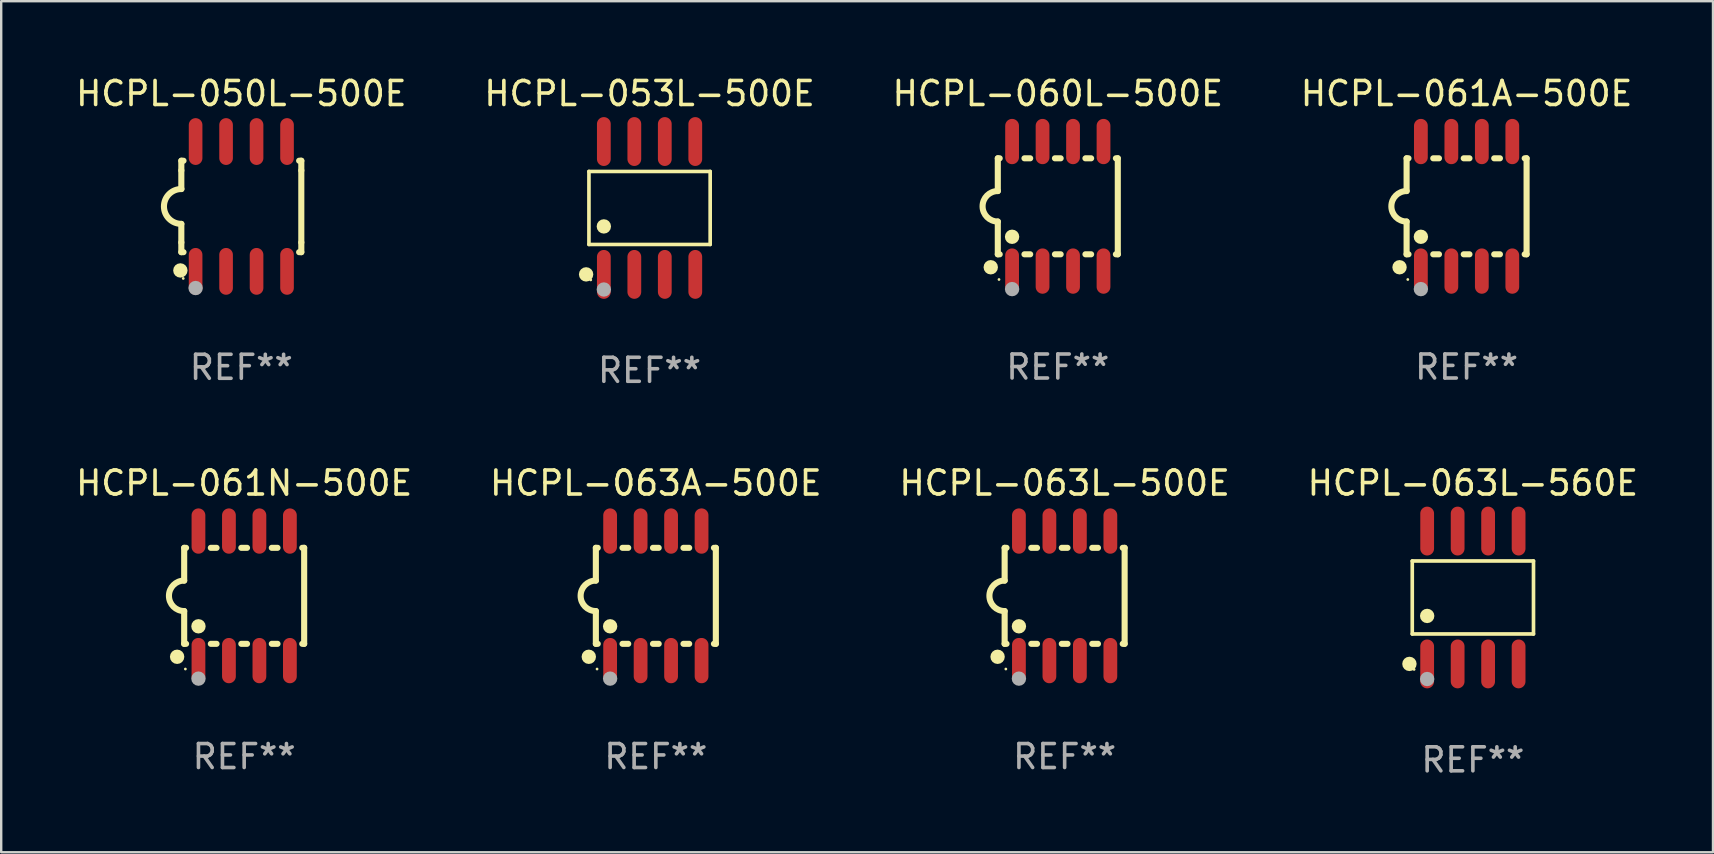
<source format=kicad_pcb>
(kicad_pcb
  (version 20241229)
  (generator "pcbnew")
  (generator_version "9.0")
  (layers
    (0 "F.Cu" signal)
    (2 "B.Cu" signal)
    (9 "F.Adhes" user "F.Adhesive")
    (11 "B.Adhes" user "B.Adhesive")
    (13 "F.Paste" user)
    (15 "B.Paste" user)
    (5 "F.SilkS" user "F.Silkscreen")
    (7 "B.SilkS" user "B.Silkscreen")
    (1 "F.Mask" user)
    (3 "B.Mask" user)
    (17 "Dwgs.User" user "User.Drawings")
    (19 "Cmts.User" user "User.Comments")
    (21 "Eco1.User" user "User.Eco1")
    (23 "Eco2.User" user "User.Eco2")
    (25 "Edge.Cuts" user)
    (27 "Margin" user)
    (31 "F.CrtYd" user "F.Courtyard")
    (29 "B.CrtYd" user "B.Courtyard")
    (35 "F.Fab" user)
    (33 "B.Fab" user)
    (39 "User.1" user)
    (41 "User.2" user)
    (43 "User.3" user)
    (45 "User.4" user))
  (footprint "HCPL-063L-500E"
    (layer "F.Cu")
    (at 41.315 21.779)
    (property "Reference" "HCPL-063L-500E" (at 0 -4.699 0) (layer "F.SilkS") (effects (font (size 1 1) (thickness 0.15))))
    (attr through_hole)
    (fp_line (start -2.5 -2) (end -2.5 -0.635) (stroke (width 0.254) (type solid)) (layer "F.SilkS"))
    (fp_line (start -2.5 -2) (end -2.421 -2) (stroke (width 0.254) (type solid)) (layer "F.SilkS"))
    (fp_line (start -2.5 2) (end -2.5 0.635) (stroke (width 0.254) (type solid)) (layer "F.SilkS"))
    (fp_line (start -2.5 2) (end -2.421 2) (stroke (width 0.254) (type solid)) (layer "F.SilkS"))
    (fp_line (start -1.389 -2) (end -1.151 -2) (stroke (width 0.254) (type solid)) (layer "F.SilkS"))
    (fp_line (start -1.389 2) (end -1.151 2) (stroke (width 0.254) (type solid)) (layer "F.SilkS"))
    (fp_line (start -0.119 -2) (end 0.119 -2) (stroke (width 0.254) (type solid)) (layer "F.SilkS"))
    (fp_line (start -0.119 2) (end 0.119 2) (stroke (width 0.254) (type solid)) (layer "F.SilkS"))
    (fp_line (start 1.151 -2) (end 1.389 -2) (stroke (width 0.254) (type solid)) (layer "F.SilkS"))
    (fp_line (start 1.151 2) (end 1.389 2) (stroke (width 0.254) (type solid)) (layer "F.SilkS"))
    (fp_line (start 2.421 -2) (end 2.5 -2) (stroke (width 0.254) (type solid)) (layer "F.SilkS"))
    (fp_line (start 2.421 2) (end 2.5 2) (stroke (width 0.254) (type solid)) (layer "F.SilkS"))
    (fp_line (start 2.5 -2) (end 2.5 2) (stroke (width 0.254) (type solid)) (layer "F.SilkS"))
    (fp_arc (start -2.5 0.635001) (mid -3.134366 -0.000318) (end -2.499365 -0.635001) (stroke (width 0.254001) (type solid)) (layer "F.SilkS"))
    (fp_circle (center -2.794 2.54) (end -2.644 2.54) (stroke (width 0.3) (type solid)) (fill no) (layer "F.SilkS"))
    (fp_circle (center -2.45 3.05) (end -2.42 3.05) (stroke (width 0.06) (type solid)) (fill no) (layer "F.SilkS"))
    (fp_circle (center -1.905 1.27) (end -1.755 1.27) (stroke (width 0.3) (type solid)) (fill no) (layer "F.SilkS"))
    (fp_circle (center -1.905 3.45) (end -1.755 3.45) (stroke (width 0.3) (type solid)) (fill no) (layer "F.Fab"))
    (fp_text user "REF**" (at 0 6.699 0) (layer "F.Fab") (effects (font (size 1 1) (thickness 0.15))))
    (pad "1" smd oval (at -1.905 2.699) (size 0.574 1.888) (layers "F.Cu" "F.Mask" "F.Paste"))
    (pad "2" smd oval (at -0.635 2.699) (size 0.574 1.888) (layers "F.Cu" "F.Mask" "F.Paste"))
    (pad "3" smd oval (at 0.635 2.699) (size 0.574 1.888) (layers "F.Cu" "F.Mask" "F.Paste"))
    (pad "4" smd oval (at 1.905 2.699) (size 0.574 1.888) (layers "F.Cu" "F.Mask" "F.Paste"))
    (pad "5" smd oval (at 1.905 -2.699) (size 0.574 1.888) (layers "F.Cu" "F.Mask" "F.Paste"))
    (pad "6" smd oval (at 0.635 -2.699) (size 0.574 1.888) (layers "F.Cu" "F.Mask" "F.Paste"))
    (pad "7" smd oval (at -0.635 -2.699) (size 0.574 1.888) (layers "F.Cu" "F.Mask" "F.Paste"))
    (pad "8" smd oval (at -1.905 -2.699) (size 0.574 1.888) (layers "F.Cu" "F.Mask" "F.Paste")))
  (footprint "HCPL-050L-500E"
    (layer "F.Cu")
    (at 7.006 5.553)
    (property "Reference" "HCPL-050L-500E" (at 0 -4.705 0) (layer "F.SilkS") (effects (font (size 1 1) (thickness 0.15))))
    (attr through_hole)
    (fp_line (start -2.5 -1.905) (end -2.409 -1.905) (stroke (width 0.254) (type solid)) (layer "F.SilkS"))
    (fp_line (start -2.5 -1.5) (end -2.5 -1.905) (stroke (width 0.254) (type solid)) (layer "F.SilkS"))
    (fp_line (start -2.5 -1.5) (end -2.5 -0.726) (stroke (width 0.254) (type solid)) (layer "F.SilkS"))
    (fp_line (start -2.5 1.5) (end -2.5 0.727) (stroke (width 0.254) (type solid)) (layer "F.SilkS"))
    (fp_line (start -2.5 1.5) (end -2.5 1.905) (stroke (width 0.254) (type solid)) (layer "F.SilkS"))
    (fp_line (start -2.5 1.905) (end -2.409 1.905) (stroke (width 0.254) (type solid)) (layer "F.SilkS"))
    (fp_line (start 2.5 -1.905) (end 2.409 -1.905) (stroke (width 0.254) (type solid)) (layer "F.SilkS"))
    (fp_line (start 2.5 -1.5) (end 2.5 -1.905) (stroke (width 0.254) (type solid)) (layer "F.SilkS"))
    (fp_line (start 2.5 -1.5) (end 2.5 1.5) (stroke (width 0.254) (type solid)) (layer "F.SilkS"))
    (fp_line (start 2.5 1.5) (end 2.5 1.905) (stroke (width 0.254) (type solid)) (layer "F.SilkS"))
    (fp_line (start 2.5 1.905) (end 2.409 1.905) (stroke (width 0.254) (type solid)) (layer "F.SilkS"))
    (fp_arc (start -2.5 0.726568) (mid -3.220316 -0.0023) (end -2.495097 -0.726289) (stroke (width 0.254001) (type solid)) (layer "F.SilkS"))
    (fp_circle (center -2.54 2.667) (end -2.39 2.667) (stroke (width 0.3) (type solid)) (fill no) (layer "F.SilkS"))
    (fp_circle (center -2.42 3) (end -2.39 3) (stroke (width 0.06) (type solid)) (fill no) (layer "F.SilkS"))
    (fp_circle (center -1.905 3.4) (end -1.755 3.4) (stroke (width 0.3) (type solid)) (fill no) (layer "F.Fab"))
    (fp_text user "REF**" (at 0 6.705 0) (layer "F.Fab") (effects (font (size 1 1) (thickness 0.15))))
    (pad "1" smd oval (at -1.905 2.705) (size 0.568 1.95) (layers "F.Cu" "F.Mask" "F.Paste"))
    (pad "2" smd oval (at -0.635 2.705) (size 0.568 1.95) (layers "F.Cu" "F.Mask" "F.Paste"))
    (pad "3" smd oval (at 0.635 2.705) (size 0.568 1.95) (layers "F.Cu" "F.Mask" "F.Paste"))
    (pad "4" smd oval (at 1.905 2.705) (size 0.568 1.95) (layers "F.Cu" "F.Mask" "F.Paste"))
    (pad "5" smd oval (at 1.905 -2.705) (size 0.568 1.95) (layers "F.Cu" "F.Mask" "F.Paste"))
    (pad "6" smd oval (at 0.635 -2.705) (size 0.568 1.95) (layers "F.Cu" "F.Mask" "F.Paste"))
    (pad "7" smd oval (at -0.635 -2.705) (size 0.568 1.95) (layers "F.Cu" "F.Mask" "F.Paste"))
    (pad "8" smd oval (at -1.905 -2.705) (size 0.568 1.95) (layers "F.Cu" "F.Mask" "F.Paste")))
  (footprint "HCPL-063L-560E"
    (layer "F.Cu")
    (at 58.327 21.848)
    (property "Reference" "HCPL-063L-560E" (at 0 -4.768 0) (layer "F.SilkS") (effects (font (size 1 1) (thickness 0.15))))
    (attr through_hole)
    (fp_line (start -2.526 -1.521) (end 2.526 -1.521) (stroke (width 0.152) (type solid)) (layer "F.SilkS"))
    (fp_line (start -2.526 1.521) (end -2.526 -1.521) (stroke (width 0.152) (type solid)) (layer "F.SilkS"))
    (fp_line (start 2.526 -1.521) (end 2.526 1.521) (stroke (width 0.152) (type solid)) (layer "F.SilkS"))
    (fp_line (start 2.526 1.521) (end -2.526 1.521) (stroke (width 0.152) (type solid)) (layer "F.SilkS"))
    (fp_circle (center -2.644 2.768) (end -2.494 2.768) (stroke (width 0.3) (type solid)) (fill no) (layer "F.SilkS"))
    (fp_circle (center -2.45 2.998) (end -2.42 2.998) (stroke (width 0.06) (type solid)) (fill no) (layer "F.SilkS"))
    (fp_circle (center -1.905 0.769) (end -1.755 0.769) (stroke (width 0.3) (type solid)) (fill no) (layer "F.SilkS"))
    (fp_circle (center -1.905 3.398) (end -1.755 3.398) (stroke (width 0.3) (type solid)) (fill no) (layer "F.Fab"))
    (fp_text user "REF**" (at 0 6.768 0) (layer "F.Fab") (effects (font (size 1 1) (thickness 0.15))))
    (pad "1" smd oval (at -1.905 2.768) (size 0.574 2.036) (layers "F.Cu" "F.Mask" "F.Paste"))
    (pad "2" smd oval (at -0.635 2.768) (size 0.574 2.036) (layers "F.Cu" "F.Mask" "F.Paste"))
    (pad "3" smd oval (at 0.635 2.768) (size 0.574 2.036) (layers "F.Cu" "F.Mask" "F.Paste"))
    (pad "4" smd oval (at 1.905 2.768) (size 0.574 2.036) (layers "F.Cu" "F.Mask" "F.Paste"))
    (pad "5" smd oval (at 1.905 -2.768) (size 0.574 2.036) (layers "F.Cu" "F.Mask" "F.Paste"))
    (pad "6" smd oval (at 0.635 -2.768) (size 0.574 2.036) (layers "F.Cu" "F.Mask" "F.Paste"))
    (pad "7" smd oval (at -0.635 -2.768) (size 0.574 2.036) (layers "F.Cu" "F.Mask" "F.Paste"))
    (pad "8" smd oval (at -1.905 -2.768) (size 0.574 2.036) (layers "F.Cu" "F.Mask" "F.Paste")))
  (footprint "HCPL-063A-500E"
    (layer "F.Cu")
    (at 24.28 21.779)
    (property "Reference" "HCPL-063A-500E" (at 0 -4.699 0) (layer "F.SilkS") (effects (font (size 1 1) (thickness 0.15))))
    (attr through_hole)
    (fp_line (start -2.5 -2) (end -2.5 -0.635) (stroke (width 0.254) (type solid)) (layer "F.SilkS"))
    (fp_line (start -2.5 -2) (end -2.421 -2) (stroke (width 0.254) (type solid)) (layer "F.SilkS"))
    (fp_line (start -2.5 2) (end -2.5 0.635) (stroke (width 0.254) (type solid)) (layer "F.SilkS"))
    (fp_line (start -2.5 2) (end -2.421 2) (stroke (width 0.254) (type solid)) (layer "F.SilkS"))
    (fp_line (start -1.389 -2) (end -1.151 -2) (stroke (width 0.254) (type solid)) (layer "F.SilkS"))
    (fp_line (start -1.389 2) (end -1.151 2) (stroke (width 0.254) (type solid)) (layer "F.SilkS"))
    (fp_line (start -0.119 -2) (end 0.119 -2) (stroke (width 0.254) (type solid)) (layer "F.SilkS"))
    (fp_line (start -0.119 2) (end 0.119 2) (stroke (width 0.254) (type solid)) (layer "F.SilkS"))
    (fp_line (start 1.151 -2) (end 1.389 -2) (stroke (width 0.254) (type solid)) (layer "F.SilkS"))
    (fp_line (start 1.151 2) (end 1.389 2) (stroke (width 0.254) (type solid)) (layer "F.SilkS"))
    (fp_line (start 2.421 -2) (end 2.5 -2) (stroke (width 0.254) (type solid)) (layer "F.SilkS"))
    (fp_line (start 2.421 2) (end 2.5 2) (stroke (width 0.254) (type solid)) (layer "F.SilkS"))
    (fp_line (start 2.5 -2) (end 2.5 2) (stroke (width 0.254) (type solid)) (layer "F.SilkS"))
    (fp_arc (start -2.5 0.635001) (mid -3.134366 -0.000318) (end -2.499365 -0.635001) (stroke (width 0.254001) (type solid)) (layer "F.SilkS"))
    (fp_circle (center -2.794 2.54) (end -2.644 2.54) (stroke (width 0.3) (type solid)) (fill no) (layer "F.SilkS"))
    (fp_circle (center -2.45 3.05) (end -2.42 3.05) (stroke (width 0.06) (type solid)) (fill no) (layer "F.SilkS"))
    (fp_circle (center -1.905 1.27) (end -1.755 1.27) (stroke (width 0.3) (type solid)) (fill no) (layer "F.SilkS"))
    (fp_circle (center -1.905 3.45) (end -1.755 3.45) (stroke (width 0.3) (type solid)) (fill no) (layer "F.Fab"))
    (fp_text user "REF**" (at 0 6.699 0) (layer "F.Fab") (effects (font (size 1 1) (thickness 0.15))))
    (pad "1" smd oval (at -1.905 2.699) (size 0.574 1.888) (layers "F.Cu" "F.Mask" "F.Paste"))
    (pad "2" smd oval (at -0.635 2.699) (size 0.574 1.888) (layers "F.Cu" "F.Mask" "F.Paste"))
    (pad "3" smd oval (at 0.635 2.699) (size 0.574 1.888) (layers "F.Cu" "F.Mask" "F.Paste"))
    (pad "4" smd oval (at 1.905 2.699) (size 0.574 1.888) (layers "F.Cu" "F.Mask" "F.Paste"))
    (pad "5" smd oval (at 1.905 -2.699) (size 0.574 1.888) (layers "F.Cu" "F.Mask" "F.Paste"))
    (pad "6" smd oval (at 0.635 -2.699) (size 0.574 1.888) (layers "F.Cu" "F.Mask" "F.Paste"))
    (pad "7" smd oval (at -0.635 -2.699) (size 0.574 1.888) (layers "F.Cu" "F.Mask" "F.Paste"))
    (pad "8" smd oval (at -1.905 -2.699) (size 0.574 1.888) (layers "F.Cu" "F.Mask" "F.Paste")))
  (footprint "HCPL-060L-500E"
    (layer "F.Cu")
    (at 41.03 5.547)
    (property "Reference" "HCPL-060L-500E" (at 0 -4.699 0) (layer "F.SilkS") (effects (font (size 1 1) (thickness 0.15))))
    (attr through_hole)
    (fp_line (start -2.5 -2) (end -2.5 -0.635) (stroke (width 0.254) (type solid)) (layer "F.SilkS"))
    (fp_line (start -2.5 -2) (end -2.421 -2) (stroke (width 0.254) (type solid)) (layer "F.SilkS"))
    (fp_line (start -2.5 2) (end -2.5 0.635) (stroke (width 0.254) (type solid)) (layer "F.SilkS"))
    (fp_line (start -2.5 2) (end -2.421 2) (stroke (width 0.254) (type solid)) (layer "F.SilkS"))
    (fp_line (start -1.389 -2) (end -1.151 -2) (stroke (width 0.254) (type solid)) (layer "F.SilkS"))
    (fp_line (start -1.389 2) (end -1.151 2) (stroke (width 0.254) (type solid)) (layer "F.SilkS"))
    (fp_line (start -0.119 -2) (end 0.119 -2) (stroke (width 0.254) (type solid)) (layer "F.SilkS"))
    (fp_line (start -0.119 2) (end 0.119 2) (stroke (width 0.254) (type solid)) (layer "F.SilkS"))
    (fp_line (start 1.151 -2) (end 1.389 -2) (stroke (width 0.254) (type solid)) (layer "F.SilkS"))
    (fp_line (start 1.151 2) (end 1.389 2) (stroke (width 0.254) (type solid)) (layer "F.SilkS"))
    (fp_line (start 2.421 -2) (end 2.5 -2) (stroke (width 0.254) (type solid)) (layer "F.SilkS"))
    (fp_line (start 2.421 2) (end 2.5 2) (stroke (width 0.254) (type solid)) (layer "F.SilkS"))
    (fp_line (start 2.5 -2) (end 2.5 2) (stroke (width 0.254) (type solid)) (layer "F.SilkS"))
    (fp_arc (start -2.5 0.635001) (mid -3.134366 -0.000318) (end -2.499365 -0.635001) (stroke (width 0.254001) (type solid)) (layer "F.SilkS"))
    (fp_circle (center -2.794 2.54) (end -2.644 2.54) (stroke (width 0.3) (type solid)) (fill no) (layer "F.SilkS"))
    (fp_circle (center -2.45 3.05) (end -2.42 3.05) (stroke (width 0.06) (type solid)) (fill no) (layer "F.SilkS"))
    (fp_circle (center -1.905 1.27) (end -1.755 1.27) (stroke (width 0.3) (type solid)) (fill no) (layer "F.SilkS"))
    (fp_circle (center -1.905 3.45) (end -1.755 3.45) (stroke (width 0.3) (type solid)) (fill no) (layer "F.Fab"))
    (fp_text user "REF**" (at 0 6.699 0) (layer "F.Fab") (effects (font (size 1 1) (thickness 0.15))))
    (pad "1" smd oval (at -1.905 2.699) (size 0.574 1.888) (layers "F.Cu" "F.Mask" "F.Paste"))
    (pad "2" smd oval (at -0.635 2.699) (size 0.574 1.888) (layers "F.Cu" "F.Mask" "F.Paste"))
    (pad "3" smd oval (at 0.635 2.699) (size 0.574 1.888) (layers "F.Cu" "F.Mask" "F.Paste"))
    (pad "4" smd oval (at 1.905 2.699) (size 0.574 1.888) (layers "F.Cu" "F.Mask" "F.Paste"))
    (pad "5" smd oval (at 1.905 -2.699) (size 0.574 1.888) (layers "F.Cu" "F.Mask" "F.Paste"))
    (pad "6" smd oval (at 0.635 -2.699) (size 0.574 1.888) (layers "F.Cu" "F.Mask" "F.Paste"))
    (pad "7" smd oval (at -0.635 -2.699) (size 0.574 1.888) (layers "F.Cu" "F.Mask" "F.Paste"))
    (pad "8" smd oval (at -1.905 -2.699) (size 0.574 1.888) (layers "F.Cu" "F.Mask" "F.Paste")))
  (footprint "HCPL-061A-500E"
    (layer "F.Cu")
    (at 58.065 5.547)
    (property "Reference" "HCPL-061A-500E" (at 0 -4.699 0) (layer "F.SilkS") (effects (font (size 1 1) (thickness 0.15))))
    (attr through_hole)
    (fp_line (start -2.5 -2) (end -2.5 -0.635) (stroke (width 0.254) (type solid)) (layer "F.SilkS"))
    (fp_line (start -2.5 -2) (end -2.421 -2) (stroke (width 0.254) (type solid)) (layer "F.SilkS"))
    (fp_line (start -2.5 2) (end -2.5 0.635) (stroke (width 0.254) (type solid)) (layer "F.SilkS"))
    (fp_line (start -2.5 2) (end -2.421 2) (stroke (width 0.254) (type solid)) (layer "F.SilkS"))
    (fp_line (start -1.389 -2) (end -1.151 -2) (stroke (width 0.254) (type solid)) (layer "F.SilkS"))
    (fp_line (start -1.389 2) (end -1.151 2) (stroke (width 0.254) (type solid)) (layer "F.SilkS"))
    (fp_line (start -0.119 -2) (end 0.119 -2) (stroke (width 0.254) (type solid)) (layer "F.SilkS"))
    (fp_line (start -0.119 2) (end 0.119 2) (stroke (width 0.254) (type solid)) (layer "F.SilkS"))
    (fp_line (start 1.151 -2) (end 1.389 -2) (stroke (width 0.254) (type solid)) (layer "F.SilkS"))
    (fp_line (start 1.151 2) (end 1.389 2) (stroke (width 0.254) (type solid)) (layer "F.SilkS"))
    (fp_line (start 2.421 -2) (end 2.5 -2) (stroke (width 0.254) (type solid)) (layer "F.SilkS"))
    (fp_line (start 2.421 2) (end 2.5 2) (stroke (width 0.254) (type solid)) (layer "F.SilkS"))
    (fp_line (start 2.5 -2) (end 2.5 2) (stroke (width 0.254) (type solid)) (layer "F.SilkS"))
    (fp_arc (start -2.5 0.635001) (mid -3.134366 -0.000318) (end -2.499365 -0.635001) (stroke (width 0.254001) (type solid)) (layer "F.SilkS"))
    (fp_circle (center -2.794 2.54) (end -2.644 2.54) (stroke (width 0.3) (type solid)) (fill no) (layer "F.SilkS"))
    (fp_circle (center -2.45 3.05) (end -2.42 3.05) (stroke (width 0.06) (type solid)) (fill no) (layer "F.SilkS"))
    (fp_circle (center -1.905 1.27) (end -1.755 1.27) (stroke (width 0.3) (type solid)) (fill no) (layer "F.SilkS"))
    (fp_circle (center -1.905 3.45) (end -1.755 3.45) (stroke (width 0.3) (type solid)) (fill no) (layer "F.Fab"))
    (fp_text user "REF**" (at 0 6.699 0) (layer "F.Fab") (effects (font (size 1 1) (thickness 0.15))))
    (pad "1" smd oval (at -1.905 2.699) (size 0.574 1.888) (layers "F.Cu" "F.Mask" "F.Paste"))
    (pad "2" smd oval (at -0.635 2.699) (size 0.574 1.888) (layers "F.Cu" "F.Mask" "F.Paste"))
    (pad "3" smd oval (at 0.635 2.699) (size 0.574 1.888) (layers "F.Cu" "F.Mask" "F.Paste"))
    (pad "4" smd oval (at 1.905 2.699) (size 0.574 1.888) (layers "F.Cu" "F.Mask" "F.Paste"))
    (pad "5" smd oval (at 1.905 -2.699) (size 0.574 1.888) (layers "F.Cu" "F.Mask" "F.Paste"))
    (pad "6" smd oval (at 0.635 -2.699) (size 0.574 1.888) (layers "F.Cu" "F.Mask" "F.Paste"))
    (pad "7" smd oval (at -0.635 -2.699) (size 0.574 1.888) (layers "F.Cu" "F.Mask" "F.Paste"))
    (pad "8" smd oval (at -1.905 -2.699) (size 0.574 1.888) (layers "F.Cu" "F.Mask" "F.Paste")))
  (footprint "HCPL-061N-500E"
    (layer "F.Cu")
    (at 7.125 21.779)
    (property "Reference" "HCPL-061N-500E" (at 0 -4.699 0) (layer "F.SilkS") (effects (font (size 1 1) (thickness 0.15))))
    (attr through_hole)
    (fp_line (start -2.5 -2) (end -2.5 -0.635) (stroke (width 0.254) (type solid)) (layer "F.SilkS"))
    (fp_line (start -2.5 -2) (end -2.421 -2) (stroke (width 0.254) (type solid)) (layer "F.SilkS"))
    (fp_line (start -2.5 2) (end -2.5 0.635) (stroke (width 0.254) (type solid)) (layer "F.SilkS"))
    (fp_line (start -2.5 2) (end -2.421 2) (stroke (width 0.254) (type solid)) (layer "F.SilkS"))
    (fp_line (start -1.389 -2) (end -1.151 -2) (stroke (width 0.254) (type solid)) (layer "F.SilkS"))
    (fp_line (start -1.389 2) (end -1.151 2) (stroke (width 0.254) (type solid)) (layer "F.SilkS"))
    (fp_line (start -0.119 -2) (end 0.119 -2) (stroke (width 0.254) (type solid)) (layer "F.SilkS"))
    (fp_line (start -0.119 2) (end 0.119 2) (stroke (width 0.254) (type solid)) (layer "F.SilkS"))
    (fp_line (start 1.151 -2) (end 1.389 -2) (stroke (width 0.254) (type solid)) (layer "F.SilkS"))
    (fp_line (start 1.151 2) (end 1.389 2) (stroke (width 0.254) (type solid)) (layer "F.SilkS"))
    (fp_line (start 2.421 -2) (end 2.5 -2) (stroke (width 0.254) (type solid)) (layer "F.SilkS"))
    (fp_line (start 2.421 2) (end 2.5 2) (stroke (width 0.254) (type solid)) (layer "F.SilkS"))
    (fp_line (start 2.5 -2) (end 2.5 2) (stroke (width 0.254) (type solid)) (layer "F.SilkS"))
    (fp_arc (start -2.5 0.635001) (mid -3.134366 -0.000318) (end -2.499365 -0.635001) (stroke (width 0.254001) (type solid)) (layer "F.SilkS"))
    (fp_circle (center -2.794 2.54) (end -2.644 2.54) (stroke (width 0.3) (type solid)) (fill no) (layer "F.SilkS"))
    (fp_circle (center -2.45 3.05) (end -2.42 3.05) (stroke (width 0.06) (type solid)) (fill no) (layer "F.SilkS"))
    (fp_circle (center -1.905 1.27) (end -1.755 1.27) (stroke (width 0.3) (type solid)) (fill no) (layer "F.SilkS"))
    (fp_circle (center -1.905 3.45) (end -1.755 3.45) (stroke (width 0.3) (type solid)) (fill no) (layer "F.Fab"))
    (fp_text user "REF**" (at 0 6.699 0) (layer "F.Fab") (effects (font (size 1 1) (thickness 0.15))))
    (pad "1" smd oval (at -1.905 2.699) (size 0.574 1.888) (layers "F.Cu" "F.Mask" "F.Paste"))
    (pad "2" smd oval (at -0.635 2.699) (size 0.574 1.888) (layers "F.Cu" "F.Mask" "F.Paste"))
    (pad "3" smd oval (at 0.635 2.699) (size 0.574 1.888) (layers "F.Cu" "F.Mask" "F.Paste"))
    (pad "4" smd oval (at 1.905 2.699) (size 0.574 1.888) (layers "F.Cu" "F.Mask" "F.Paste"))
    (pad "5" smd oval (at 1.905 -2.699) (size 0.574 1.888) (layers "F.Cu" "F.Mask" "F.Paste"))
    (pad "6" smd oval (at 0.635 -2.699) (size 0.574 1.888) (layers "F.Cu" "F.Mask" "F.Paste"))
    (pad "7" smd oval (at -0.635 -2.699) (size 0.574 1.888) (layers "F.Cu" "F.Mask" "F.Paste"))
    (pad "8" smd oval (at -1.905 -2.699) (size 0.574 1.888) (layers "F.Cu" "F.Mask" "F.Paste")))
  (footprint "HCPL-053L-500E"
    (layer "F.Cu")
    (at 24.018 5.616)
    (property "Reference" "HCPL-053L-500E" (at 0 -4.768 0) (layer "F.SilkS") (effects (font (size 1 1) (thickness 0.15))))
    (attr through_hole)
    (fp_line (start -2.526 -1.521) (end 2.526 -1.521) (stroke (width 0.152) (type solid)) (layer "F.SilkS"))
    (fp_line (start -2.526 1.521) (end -2.526 -1.521) (stroke (width 0.152) (type solid)) (layer "F.SilkS"))
    (fp_line (start 2.526 -1.521) (end 2.526 1.521) (stroke (width 0.152) (type solid)) (layer "F.SilkS"))
    (fp_line (start 2.526 1.521) (end -2.526 1.521) (stroke (width 0.152) (type solid)) (layer "F.SilkS"))
    (fp_circle (center -2.644 2.768) (end -2.494 2.768) (stroke (width 0.3) (type solid)) (fill no) (layer "F.SilkS"))
    (fp_circle (center -2.45 2.998) (end -2.42 2.998) (stroke (width 0.06) (type solid)) (fill no) (layer "F.SilkS"))
    (fp_circle (center -1.905 0.769) (end -1.755 0.769) (stroke (width 0.3) (type solid)) (fill no) (layer "F.SilkS"))
    (fp_circle (center -1.905 3.398) (end -1.755 3.398) (stroke (width 0.3) (type solid)) (fill no) (layer "F.Fab"))
    (fp_text user "REF**" (at 0 6.768 0) (layer "F.Fab") (effects (font (size 1 1) (thickness 0.15))))
    (pad "1" smd oval (at -1.905 2.768) (size 0.574 2.036) (layers "F.Cu" "F.Mask" "F.Paste"))
    (pad "2" smd oval (at -0.635 2.768) (size 0.574 2.036) (layers "F.Cu" "F.Mask" "F.Paste"))
    (pad "3" smd oval (at 0.635 2.768) (size 0.574 2.036) (layers "F.Cu" "F.Mask" "F.Paste"))
    (pad "4" smd oval (at 1.905 2.768) (size 0.574 2.036) (layers "F.Cu" "F.Mask" "F.Paste"))
    (pad "5" smd oval (at 1.905 -2.768) (size 0.574 2.036) (layers "F.Cu" "F.Mask" "F.Paste"))
    (pad "6" smd oval (at 0.635 -2.768) (size 0.574 2.036) (layers "F.Cu" "F.Mask" "F.Paste"))
    (pad "7" smd oval (at -0.635 -2.768) (size 0.574 2.036) (layers "F.Cu" "F.Mask" "F.Paste"))
    (pad "8" smd oval (at -1.905 -2.768) (size 0.574 2.036) (layers "F.Cu" "F.Mask" "F.Paste")))
  (gr_rect
    (start -3 -3)
    (end 68.333 32.464)
    (stroke (width 0.1) (type default))
    (fill no)
    (layer "Edge.Cuts")))
</source>
